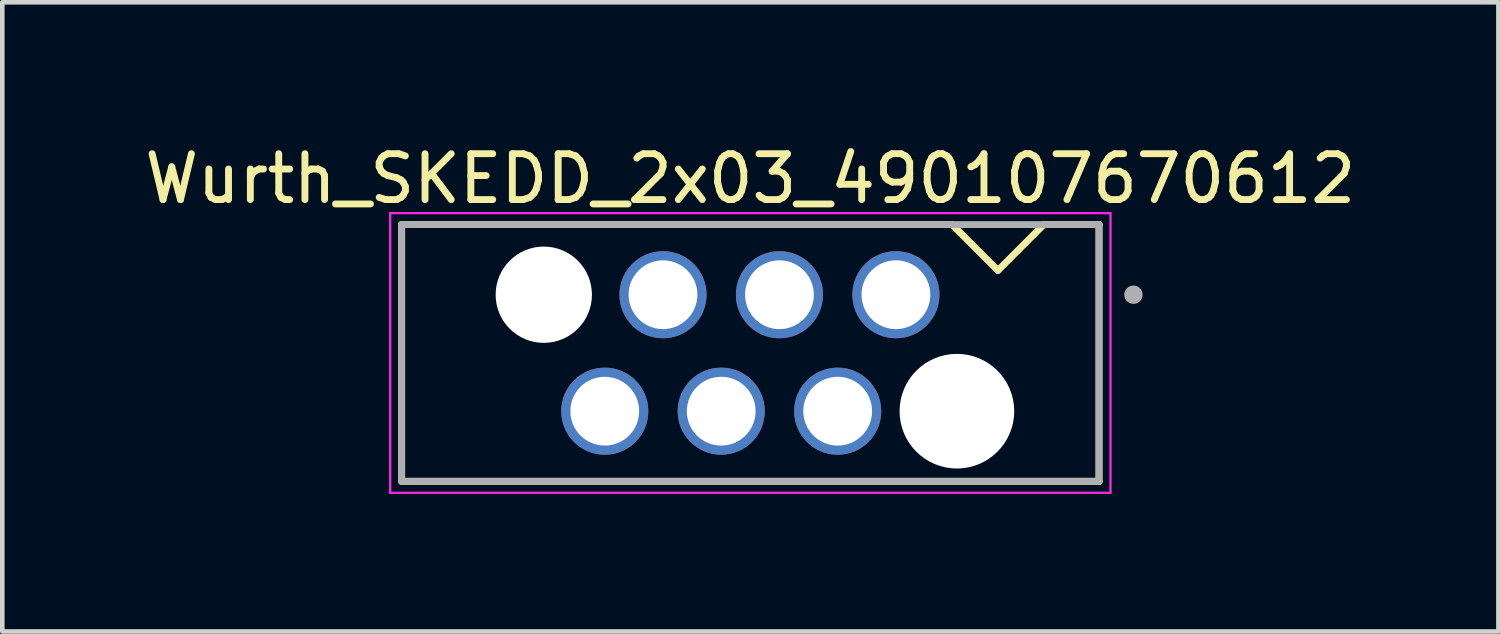
<source format=kicad_pcb>
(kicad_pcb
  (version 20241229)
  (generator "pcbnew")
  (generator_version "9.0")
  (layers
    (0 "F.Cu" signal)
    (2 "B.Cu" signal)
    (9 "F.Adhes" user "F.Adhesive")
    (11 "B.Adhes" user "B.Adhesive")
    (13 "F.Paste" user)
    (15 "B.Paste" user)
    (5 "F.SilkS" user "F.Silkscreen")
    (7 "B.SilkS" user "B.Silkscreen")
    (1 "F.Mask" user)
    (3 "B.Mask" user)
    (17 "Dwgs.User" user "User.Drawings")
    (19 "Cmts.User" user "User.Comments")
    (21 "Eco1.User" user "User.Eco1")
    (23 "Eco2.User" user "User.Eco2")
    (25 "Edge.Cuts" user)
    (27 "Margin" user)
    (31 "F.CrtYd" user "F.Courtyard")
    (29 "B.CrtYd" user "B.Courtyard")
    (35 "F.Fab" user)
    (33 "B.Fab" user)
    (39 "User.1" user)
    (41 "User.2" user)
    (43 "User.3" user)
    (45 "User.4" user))
  (footprint "Wurth_SKEDD_2x03_490107670612"
    (layer "F.Cu")
    (at 13.315 4.648)
    (property "Reference" "Wurth_SKEDD_2x03_490107670612" (at 0 -3.8 0) (layer "F.SilkS") (effects (font (size 1 1) (thickness 0.15))))
    (attr through_hole exclude_from_pos_files)
    (fp_line (start -7.605 -2.8) (end 4.4 -2.8) (stroke (width 0.15) (type solid)) (layer "F.SilkS"))
    (fp_line (start -7.605 2.8) (end -7.605 -2.8) (stroke (width 0.15) (type solid)) (layer "F.SilkS"))
    (fp_line (start 4.4 -2.8) (end 5.4 -1.8) (stroke (width 0.15) (type solid)) (layer "F.SilkS"))
    (fp_line (start 6.4 -2.8) (end 5.4 -1.8) (stroke (width 0.15) (type solid)) (layer "F.SilkS"))
    (fp_line (start 6.4 -2.8) (end 7.605 -2.8) (stroke (width 0.15) (type default)) (layer "F.SilkS"))
    (fp_line (start 7.605 -2.8) (end 7.605 2.8) (stroke (width 0.15) (type solid)) (layer "F.SilkS"))
    (fp_line (start 7.605 2.8) (end -7.605 2.8) (stroke (width 0.15) (type solid)) (layer "F.SilkS"))
    (fp_line (start -7.855 -3.05) (end -7.855 3.05) (stroke (width 0.05) (type solid)) (layer "F.CrtYd"))
    (fp_line (start -7.855 3.05) (end 7.855 3.05) (stroke (width 0.05) (type solid)) (layer "F.CrtYd"))
    (fp_line (start 7.855 -3.05) (end -7.855 -3.05) (stroke (width 0.05) (type solid)) (layer "F.CrtYd"))
    (fp_line (start 7.855 3.05) (end 7.855 -3.05) (stroke (width 0.05) (type solid)) (layer "F.CrtYd"))
    (fp_line (start -7.605 -2.8) (end 7.605 -2.8) (stroke (width 0.15) (type solid)) (layer "F.Fab"))
    (fp_line (start -7.605 2.8) (end -7.605 -2.8) (stroke (width 0.15) (type solid)) (layer "F.Fab"))
    (fp_line (start 7.605 -2.8) (end 7.605 2.8) (stroke (width 0.15) (type solid)) (layer "F.Fab"))
    (fp_line (start 7.605 2.8) (end -7.605 2.8) (stroke (width 0.15) (type solid)) (layer "F.Fab"))
    (fp_circle (center 8.355 -1.27) (end 8.455 -1.27) (stroke (width 0.2) (type solid)) (fill no) (layer "F.Fab"))
    (pad "" np_thru_hole circle (at -4.505 -1.27) (size 2.1 2.1) (drill 2.15) (layers "*.Cu" "*.Mask"))
    (pad "" np_thru_hole circle (at 4.505 1.27) (size 2.5 2.5) (drill 2.55) (layers "*.Cu" "*.Mask"))
    (pad "1" thru_hole circle (at 3.175 -1.27) (size 1.9 1.9) (drill 1.5) (layers "*.Cu" "*.Mask"))
    (pad "2" thru_hole circle (at 1.905 1.27) (size 1.9 1.9) (drill 1.5) (layers "*.Cu" "*.Mask"))
    (pad "3" thru_hole circle (at 0.635 -1.27) (size 1.9 1.9) (drill 1.5) (layers "*.Cu" "*.Mask"))
    (pad "4" thru_hole circle (at -0.635 1.27) (size 1.9 1.9) (drill 1.5) (layers "*.Cu" "*.Mask"))
    (pad "5" thru_hole circle (at -1.905 -1.27) (size 1.9 1.9) (drill 1.5) (layers "*.Cu" "*.Mask"))
    (pad "6" thru_hole circle (at -3.175 1.27) (size 1.9 1.9) (drill 1.5) (layers "*.Cu" "*.Mask")))
  (gr_rect
    (start -3 -3)
    (end 29.631 10.723)
    (stroke (width 0.1) (type default))
    (fill no)
    (layer "Edge.Cuts")))
</source>
